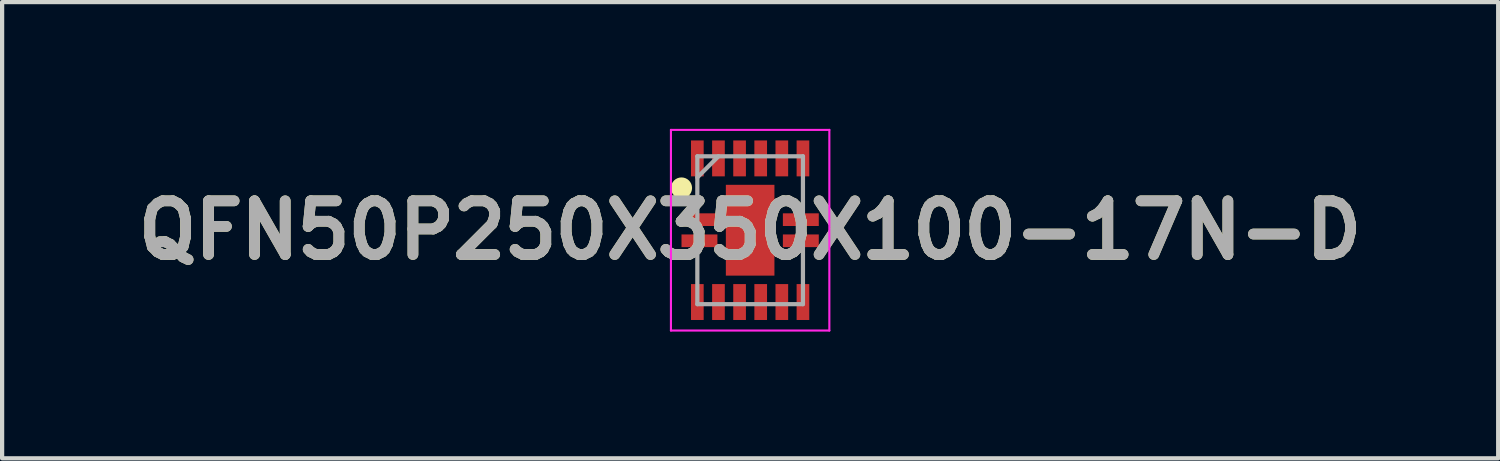
<source format=kicad_pcb>
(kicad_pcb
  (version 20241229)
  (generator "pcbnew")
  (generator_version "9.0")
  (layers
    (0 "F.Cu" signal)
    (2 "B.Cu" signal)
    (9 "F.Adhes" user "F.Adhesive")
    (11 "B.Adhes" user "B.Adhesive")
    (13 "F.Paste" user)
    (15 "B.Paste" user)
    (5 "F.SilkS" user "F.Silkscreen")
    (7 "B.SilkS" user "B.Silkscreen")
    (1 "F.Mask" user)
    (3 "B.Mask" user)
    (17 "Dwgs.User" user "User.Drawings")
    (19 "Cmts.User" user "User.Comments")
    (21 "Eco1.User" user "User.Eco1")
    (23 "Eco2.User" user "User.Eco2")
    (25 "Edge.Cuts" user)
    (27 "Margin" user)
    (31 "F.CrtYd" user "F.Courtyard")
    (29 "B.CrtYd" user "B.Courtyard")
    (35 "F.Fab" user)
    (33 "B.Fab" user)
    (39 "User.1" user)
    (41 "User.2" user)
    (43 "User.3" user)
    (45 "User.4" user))
  (footprint "QFN50P250X350X100-17N-D"
    (layer "F.Cu")
    (at 14.708 2.4)
    (property "Reference" "QFN50P250X350X100-17N-D" (at 0 0 0) (layer "F.SilkS") (effects (font (size 1.27 1.27) (thickness 0.254))))
    (attr smd)
    (fp_circle (center -1.625 -1) (end -1.625 -0.875) (stroke (width 0.25) (type solid)) (fill no) (layer "F.SilkS"))
    (fp_line (start -1.875 -2.375) (end 1.875 -2.375) (stroke (width 0.05) (type solid)) (layer "F.CrtYd"))
    (fp_line (start -1.875 2.375) (end -1.875 -2.375) (stroke (width 0.05) (type solid)) (layer "F.CrtYd"))
    (fp_line (start 1.875 -2.375) (end 1.875 2.375) (stroke (width 0.05) (type solid)) (layer "F.CrtYd"))
    (fp_line (start 1.875 2.375) (end -1.875 2.375) (stroke (width 0.05) (type solid)) (layer "F.CrtYd"))
    (fp_line (start -1.25 -1.75) (end 1.25 -1.75) (stroke (width 0.1) (type solid)) (layer "F.Fab"))
    (fp_line (start -1.25 -1.25) (end -0.75 -1.75) (stroke (width 0.1) (type solid)) (layer "F.Fab"))
    (fp_line (start -1.25 1.75) (end -1.25 -1.75) (stroke (width 0.1) (type solid)) (layer "F.Fab"))
    (fp_line (start 1.25 -1.75) (end 1.25 1.75) (stroke (width 0.1) (type solid)) (layer "F.Fab"))
    (fp_line (start 1.25 1.75) (end -1.25 1.75) (stroke (width 0.1) (type solid)) (layer "F.Fab"))
    (fp_text user "${REFERENCE}" (at 0 0 0) (layer "F.Fab") (effects (font (size 1.27 1.27) (thickness 0.254))))
    (pad "1" smd rect (at -1.2 -0.25 90) (size 0.3 0.85) (layers "F.Cu" "F.Mask" "F.Paste"))
    (pad "2" smd rect (at -1.2 0.25 90) (size 0.3 0.85) (layers "F.Cu" "F.Mask" "F.Paste"))
    (pad "3" smd rect (at -1.25 1.7) (size 0.3 0.85) (layers "F.Cu" "F.Mask" "F.Paste"))
    (pad "4" smd rect (at -0.75 1.7) (size 0.3 0.85) (layers "F.Cu" "F.Mask" "F.Paste"))
    (pad "5" smd rect (at -0.25 1.7) (size 0.3 0.85) (layers "F.Cu" "F.Mask" "F.Paste"))
    (pad "6" smd rect (at 0.25 1.7) (size 0.3 0.85) (layers "F.Cu" "F.Mask" "F.Paste"))
    (pad "7" smd rect (at 0.75 1.7) (size 0.3 0.85) (layers "F.Cu" "F.Mask" "F.Paste"))
    (pad "8" smd rect (at 1.25 1.7) (size 0.3 0.85) (layers "F.Cu" "F.Mask" "F.Paste"))
    (pad "9" smd rect (at 1.2 0.25 90) (size 0.3 0.85) (layers "F.Cu" "F.Mask" "F.Paste"))
    (pad "10" smd rect (at 1.2 -0.25 90) (size 0.3 0.85) (layers "F.Cu" "F.Mask" "F.Paste"))
    (pad "11" smd rect (at 1.25 -1.7) (size 0.3 0.85) (layers "F.Cu" "F.Mask" "F.Paste"))
    (pad "12" smd rect (at 0.75 -1.7) (size 0.3 0.85) (layers "F.Cu" "F.Mask" "F.Paste"))
    (pad "13" smd rect (at 0.25 -1.7) (size 0.3 0.85) (layers "F.Cu" "F.Mask" "F.Paste"))
    (pad "14" smd rect (at -0.25 -1.7) (size 0.3 0.85) (layers "F.Cu" "F.Mask" "F.Paste"))
    (pad "15" smd rect (at -0.75 -1.7) (size 0.3 0.85) (layers "F.Cu" "F.Mask" "F.Paste"))
    (pad "16" smd rect (at -1.25 -1.7) (size 0.3 0.85) (layers "F.Cu" "F.Mask" "F.Paste"))
    (pad "17" smd rect (at 0 0) (size 1.15 2.15) (layers "F.Cu" "F.Mask" "F.Paste")))
  (gr_rect
    (start -3 -3)
    (end 32.416 7.8)
    (stroke (width 0.1) (type default))
    (fill no)
    (layer "Edge.Cuts")))
</source>
